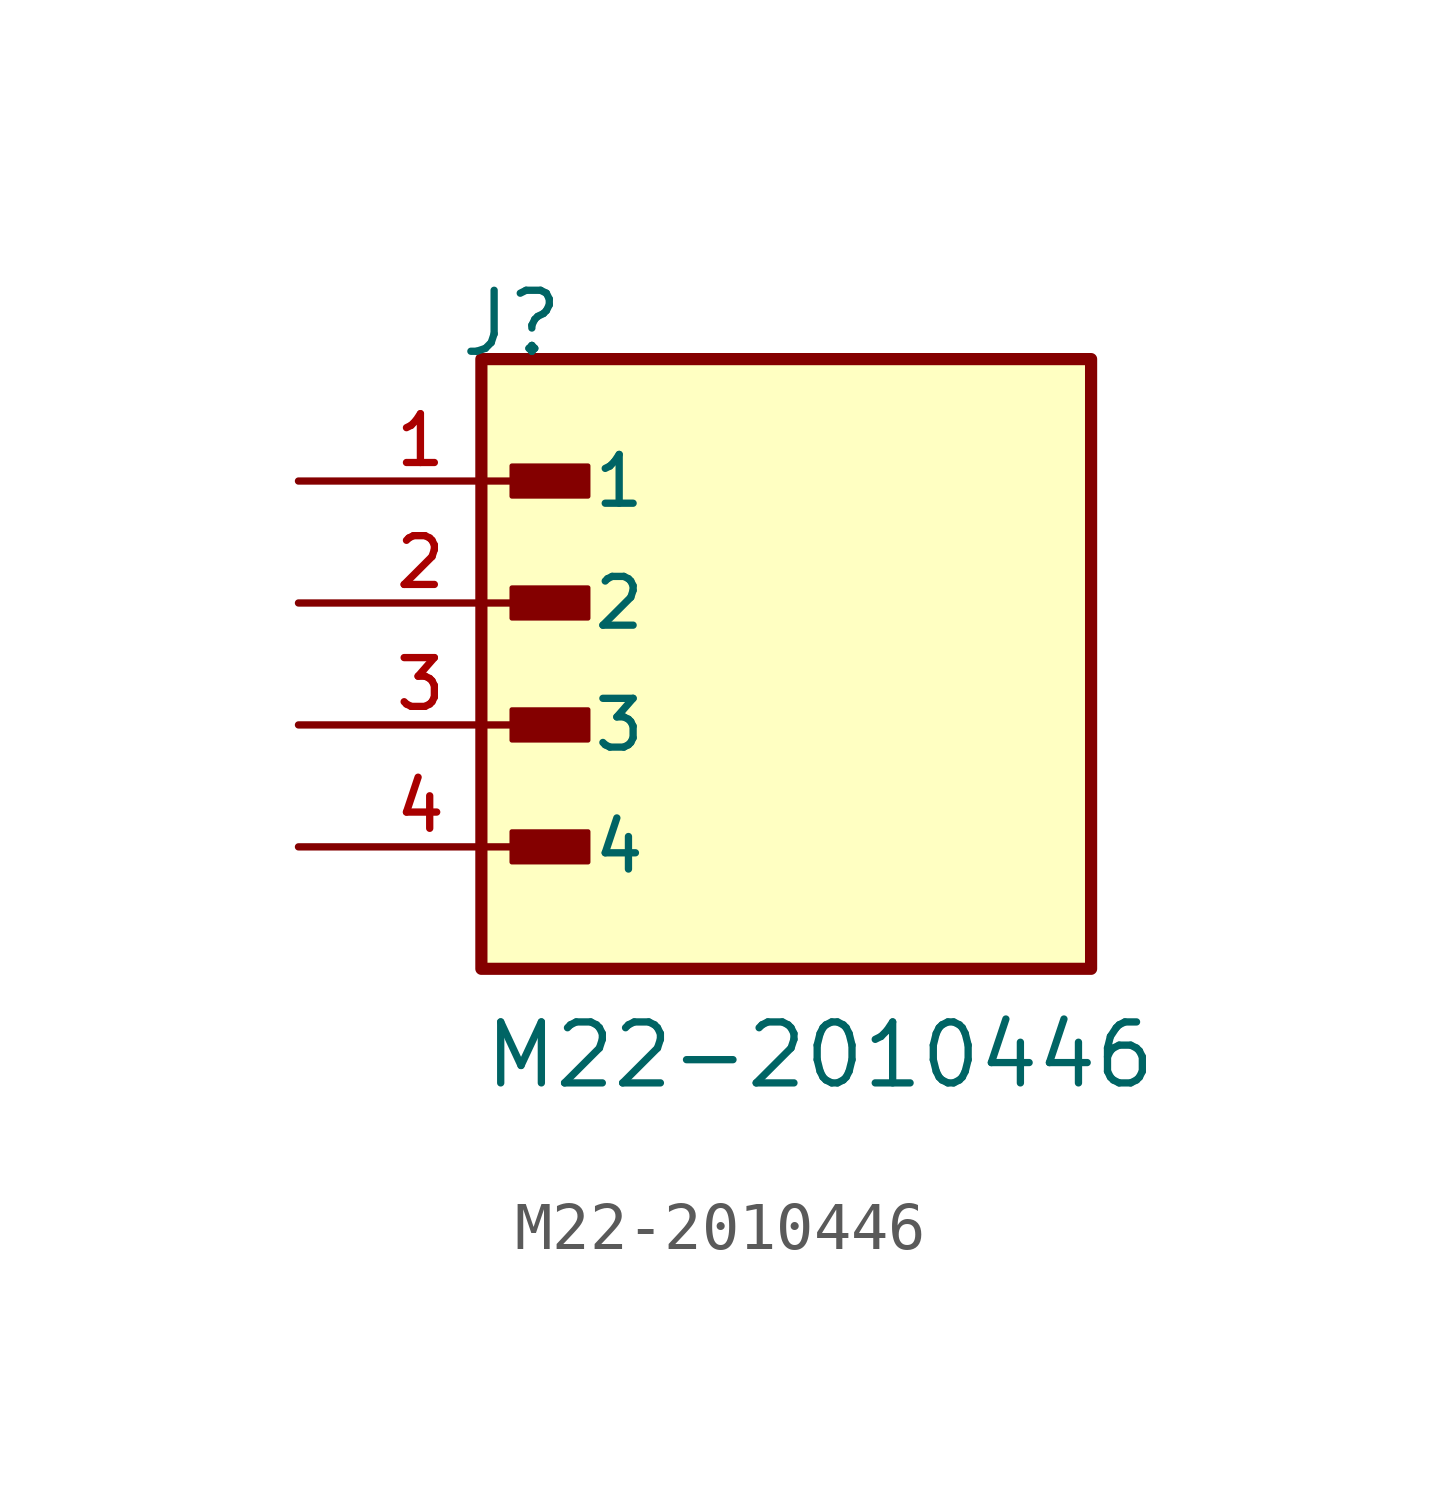
<source format=kicad_sym>
(kicad_symbol_lib
  (version 20211014)
  (generator kicad_symbol_editor)
  (symbol "M22-2010446"
    (pin_names
      (offset 1.016))
    (property "Reference" "J"
      (at -6.85 7.62 0)
      (effects (font (size 1.27 1.27)) (justify bottom left)))
    (property "Value" "M22-2010446"
      (at -6.35 -7.62 0)
      (effects (font (size 1.27 1.27)) (justify bottom left)))
    (symbol "M22-2010446_0_0"
      (rectangle (start -5.715 4.763) (end -4.128 5.397) (stroke (width 0.1)) (fill (type outline)))
      (rectangle (start -5.715 2.223) (end -4.128 2.857) (stroke (width 0.1)) (fill (type outline)))
      (rectangle (start -5.715 -0.318) (end -4.128 0.318) (stroke (width 0.1)) (fill (type outline)))
      (rectangle (start -5.715 -2.857) (end -4.128 -2.223) (stroke (width 0.1)) (fill (type outline)))
      (rectangle (start -6.35 -5.08) (end 6.35 7.62) (stroke (width 0.254)) (fill (type background)))
      (pin passive line (at -10.16 5.08 0) (length 5.08) (name "1" (effects (font (size 1.016 1.016)))) (number "1" (effects (font (size 1.016 1.016)))))
      (pin passive line (at -10.16 2.54 0) (length 5.08) (name "2" (effects (font (size 1.016 1.016)))) (number "2" (effects (font (size 1.016 1.016)))))
      (pin passive line (at -10.16 0.0 0) (length 5.08) (name "3" (effects (font (size 1.016 1.016)))) (number "3" (effects (font (size 1.016 1.016)))))
      (pin passive line (at -10.16 -2.54 0) (length 5.08) (name "4" (effects (font (size 1.016 1.016)))) (number "4" (effects (font (size 1.016 1.016))))))))
</source>
